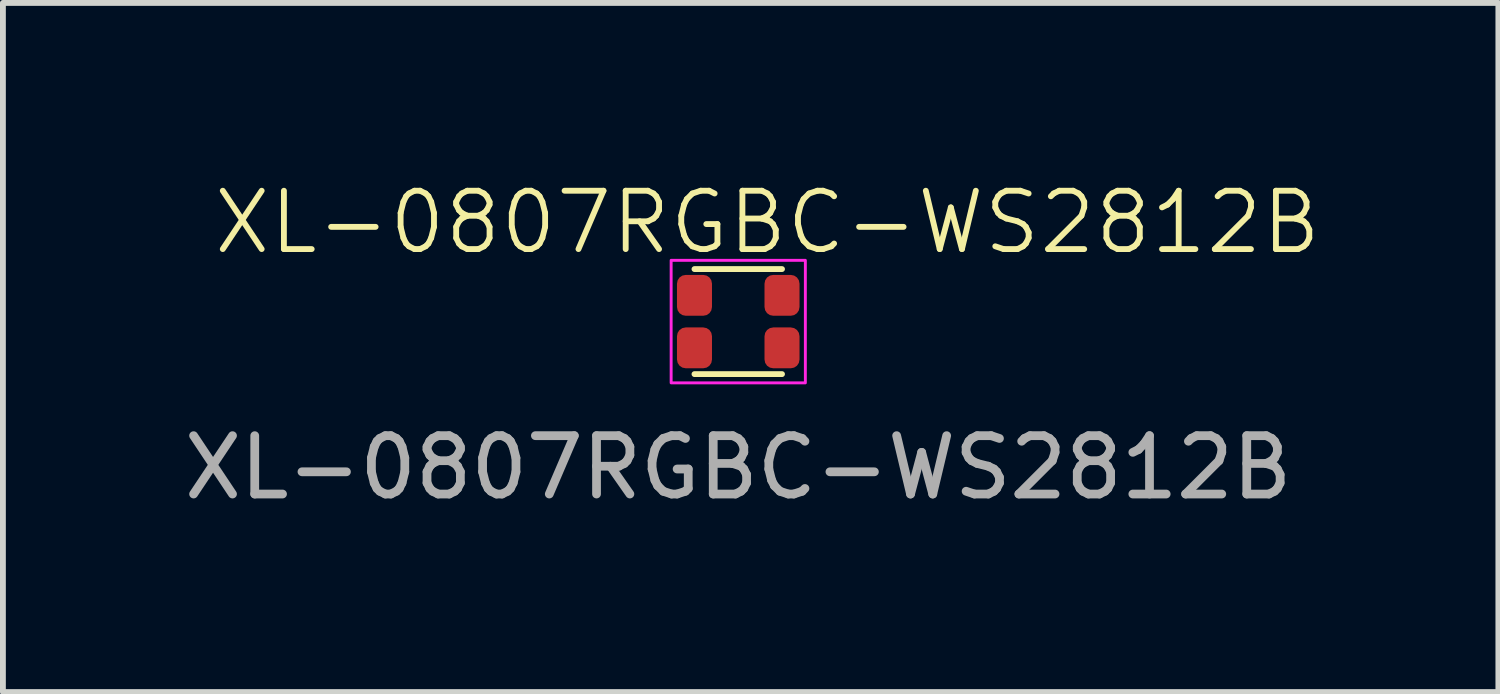
<source format=kicad_pcb>
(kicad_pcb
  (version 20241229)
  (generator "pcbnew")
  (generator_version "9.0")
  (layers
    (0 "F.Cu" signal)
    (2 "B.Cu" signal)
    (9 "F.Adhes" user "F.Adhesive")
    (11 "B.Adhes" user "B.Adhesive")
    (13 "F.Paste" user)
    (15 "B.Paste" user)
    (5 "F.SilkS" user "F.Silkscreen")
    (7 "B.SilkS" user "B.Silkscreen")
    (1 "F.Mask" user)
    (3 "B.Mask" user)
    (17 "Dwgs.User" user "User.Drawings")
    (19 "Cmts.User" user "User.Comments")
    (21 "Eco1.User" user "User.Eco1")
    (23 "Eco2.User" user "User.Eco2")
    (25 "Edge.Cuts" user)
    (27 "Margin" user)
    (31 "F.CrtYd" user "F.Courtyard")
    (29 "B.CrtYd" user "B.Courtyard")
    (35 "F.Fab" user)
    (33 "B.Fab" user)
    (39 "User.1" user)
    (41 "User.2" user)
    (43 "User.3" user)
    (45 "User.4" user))
  (footprint "XL-0807RGBC-WS2812B"
    (layer "F.Cu")
    (at 9.601 2.461)
    (property "Reference" "XL-0807RGBC-WS2812B" (at 0.5 -1.7 0) (unlocked yes) (layer "F.SilkS") (effects (font (size 1 1) (thickness 0.1))))
    (attr smd)
    (fp_line (start -0.75 -0.9) (end 0.75 -0.9) (stroke (width 0.1) (type default)) (layer "F.SilkS"))
    (fp_line (start -0.75 0.9) (end 0.75 0.9) (stroke (width 0.1) (type default)) (layer "F.SilkS"))
    (fp_rect (start -1.15 -1.05) (end 1.15 1.05) (stroke (width 0.05) (type default)) (fill no) (layer "F.CrtYd"))
    (fp_text user "${REFERENCE}" (at 0 2.5 0) (unlocked yes) (layer "F.Fab") (effects (font (size 1 1) (thickness 0.15))))
    (pad "1" smd roundrect (at 0.75 -0.45) (size 0.6 0.7) (layers "F.Cu" "F.Mask" "F.Paste") (roundrect_rratio 0.25))
    (pad "2" smd roundrect (at -0.75 -0.45) (size 0.6 0.7) (layers "F.Cu" "F.Mask" "F.Paste") (roundrect_rratio 0.25))
    (pad "3" smd roundrect (at -0.75 0.45) (size 0.6 0.7) (layers "F.Cu" "F.Mask" "F.Paste") (roundrect_rratio 0.25))
    (pad "4" smd roundrect (at 0.75 0.45) (size 0.6 0.7) (layers "F.Cu" "F.Mask" "F.Paste") (roundrect_rratio 0.25)))
  (gr_rect
    (start -3 -3)
    (end 22.627 8.809)
    (stroke (width 0.1) (type default))
    (fill no)
    (layer "Edge.Cuts")))
</source>
